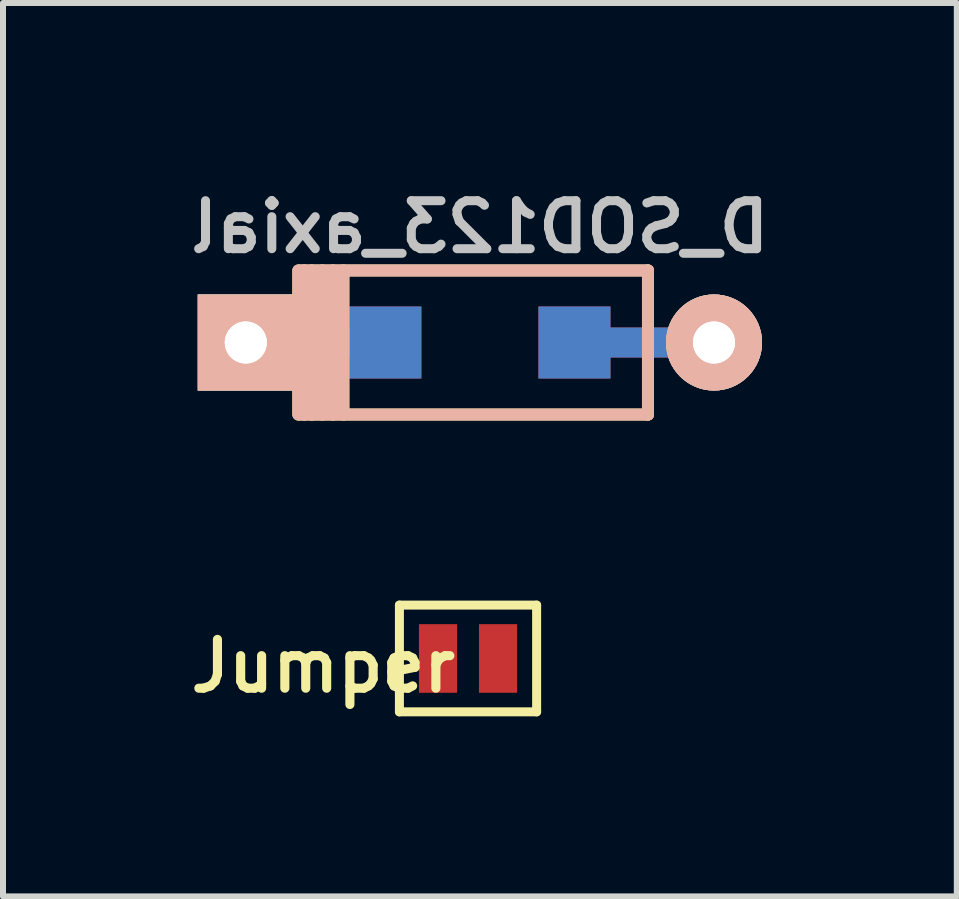
<source format=kicad_pcb>
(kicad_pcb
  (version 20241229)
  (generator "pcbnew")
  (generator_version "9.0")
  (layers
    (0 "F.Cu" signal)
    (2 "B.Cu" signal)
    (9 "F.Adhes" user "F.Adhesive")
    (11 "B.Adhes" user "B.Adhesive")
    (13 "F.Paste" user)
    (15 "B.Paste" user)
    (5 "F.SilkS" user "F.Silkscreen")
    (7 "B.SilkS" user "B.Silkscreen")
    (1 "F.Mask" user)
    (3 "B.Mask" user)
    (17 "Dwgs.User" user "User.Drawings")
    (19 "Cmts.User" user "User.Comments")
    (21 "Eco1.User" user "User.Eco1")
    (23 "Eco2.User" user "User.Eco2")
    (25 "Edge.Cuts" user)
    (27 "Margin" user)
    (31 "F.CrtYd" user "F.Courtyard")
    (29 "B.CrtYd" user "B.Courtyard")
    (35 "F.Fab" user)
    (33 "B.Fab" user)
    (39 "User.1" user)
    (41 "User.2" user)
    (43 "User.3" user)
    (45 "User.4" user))
  (footprint "Jumper"
    (layer "F.Cu")
    (at 4.747 7.92)
    (property "Reference" "Jumper" (at -2.413 0.127 0) (layer "F.SilkS") (effects (font (size 0.813 0.813) (thickness 0.152))))
    (attr smd)
    (fp_line (start -1.143 -0.889) (end 1.143 -0.889) (stroke (width 0.15) (type solid)) (layer "F.SilkS"))
    (fp_line (start -1.143 0.889) (end -1.143 -0.889) (stroke (width 0.15) (type solid)) (layer "F.SilkS"))
    (fp_line (start 1.143 -0.889) (end 1.143 0.889) (stroke (width 0.15) (type solid)) (layer "F.SilkS"))
    (fp_line (start 1.143 0.889) (end -1.143 0.889) (stroke (width 0.15) (type solid)) (layer "F.SilkS"))
    (pad "1" smd rect (at -0.5 0) (size 0.635 1.143) (layers "F.Cu" "F.Mask" "F.Paste"))
    (pad "2" smd rect (at 0.5 0) (size 0.635 1.143) (layers "F.Cu" "F.Mask" "F.Paste")))
  (footprint "D_SOD123_axial"
    (layer "F.Cu")
    (at 4.945 2.656)
    (property "Reference" "D_SOD123_axial" (at 0 -1.925 0) (layer "Dwgs.User") (effects (font (size 0.8 0.8) (thickness 0.15)) (justify mirror)))
    (attr smd)
    (fp_line (start -3.025 1.2) (end -3.025 -1.2) (stroke (width 0.2) (type solid)) (layer "F.SilkS"))
    (fp_line (start -3 -1.2) (end 2.8 -1.2) (stroke (width 0.2) (type solid)) (layer "F.SilkS"))
    (fp_line (start -2.925 -1.2) (end -2.925 1.2) (stroke (width 0.2) (type solid)) (layer "F.SilkS"))
    (fp_line (start -2.8 -1.2) (end -2.8 1.2) (stroke (width 0.2) (type solid)) (layer "F.SilkS"))
    (fp_line (start -2.625 -1.2) (end -2.625 1.2) (stroke (width 0.2) (type solid)) (layer "F.SilkS"))
    (fp_line (start -2.45 -1.2) (end -2.45 1.2) (stroke (width 0.2) (type solid)) (layer "F.SilkS"))
    (fp_line (start -2.275 -1.2) (end -2.275 1.2) (stroke (width 0.2) (type solid)) (layer "F.SilkS"))
    (fp_line (start 2.8 -1.2) (end 2.8 1.2) (stroke (width 0.2) (type solid)) (layer "F.SilkS"))
    (fp_line (start 2.8 1.2) (end -3 1.2) (stroke (width 0.2) (type solid)) (layer "F.SilkS"))
    (fp_line (start -3.025 -1.2) (end -3.025 1.2) (stroke (width 0.2) (type solid)) (layer "B.SilkS"))
    (fp_line (start -3 1.2) (end 2.8 1.2) (stroke (width 0.2) (type solid)) (layer "B.SilkS"))
    (fp_line (start -2.925 1.2) (end -2.925 -1.2) (stroke (width 0.2) (type solid)) (layer "B.SilkS"))
    (fp_line (start -2.8 1.2) (end -2.8 -1.2) (stroke (width 0.2) (type solid)) (layer "B.SilkS"))
    (fp_line (start -2.625 1.2) (end -2.625 -1.2) (stroke (width 0.2) (type solid)) (layer "B.SilkS"))
    (fp_line (start -2.45 1.2) (end -2.45 -1.2) (stroke (width 0.2) (type solid)) (layer "B.SilkS"))
    (fp_line (start -2.275 1.2) (end -2.275 -1.2) (stroke (width 0.2) (type solid)) (layer "B.SilkS"))
    (fp_line (start 2.8 -1.2) (end -3 -1.2) (stroke (width 0.2) (type solid)) (layer "B.SilkS"))
    (fp_line (start 2.8 1.2) (end 2.8 -1.2) (stroke (width 0.2) (type solid)) (layer "B.SilkS"))
    (pad "1" thru_hole rect (at -3.9 0) (size 1.6 1.6) (drill 0.7) (layers "*.Cu" "*.Mask" "B.SilkS"))
    (pad "1" thru_hole rect (at -3.9 0) (size 1.6 1.6) (drill 0.7) (layers "*.Cu" "F.SilkS"))
    (pad "1" smd rect (at -2.7 0) (size 2.5 0.5) (layers "F.Cu"))
    (pad "1" smd rect (at -2.7 0) (size 2.5 0.5) (layers "B.Cu"))
    (pad "1" smd rect (at -1.575 0) (size 1.2 1.2) (layers "F.Cu" "F.Mask" "F.Paste"))
    (pad "1" smd rect (at -1.575 0) (size 1.2 1.2) (layers "B.Cu" "B.Mask" "B.Paste"))
    (pad "2" smd rect (at 1.575 0) (size 1.2 1.2) (layers "F.Cu" "F.Mask" "F.Paste"))
    (pad "2" smd rect (at 1.575 0) (size 1.2 1.2) (layers "B.Cu" "B.Mask" "B.Paste"))
    (pad "2" smd rect (at 2.7 0) (size 2.5 0.5) (layers "F.Cu"))
    (pad "2" smd rect (at 2.7 0) (size 2.5 0.5) (layers "B.Cu"))
    (pad "2" thru_hole circle (at 3.9 0) (size 1.6 1.6) (drill 0.7) (layers "*.Cu" "*.Mask" "B.SilkS"))
    (pad "2" thru_hole circle (at 3.9 0) (size 1.6 1.6) (drill 0.7) (layers "*.Cu" "F.SilkS")))
  (gr_rect
    (start -3 -3)
    (end 12.89 11.884)
    (stroke (width 0.1) (type default))
    (fill no)
    (layer "Edge.Cuts")))
</source>
